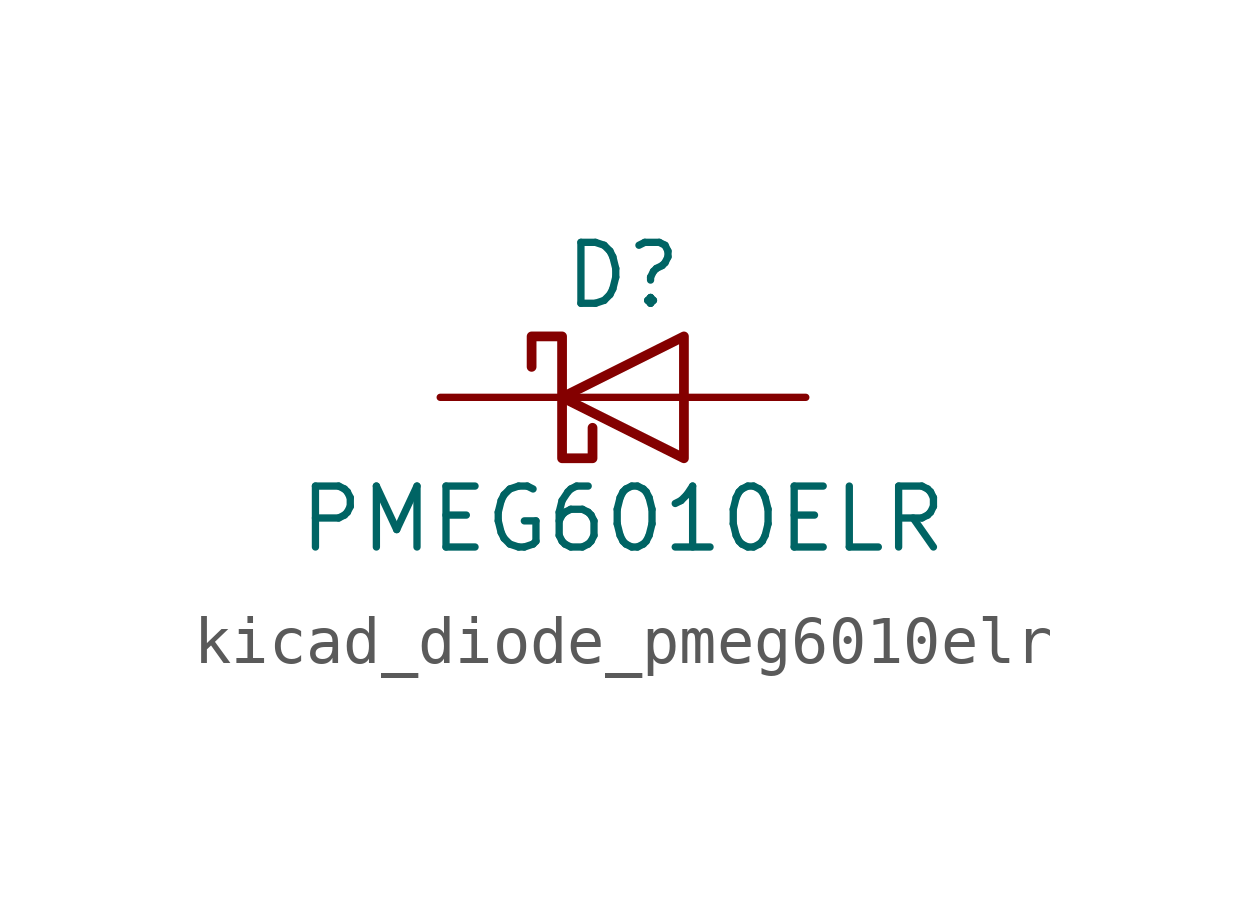
<source format=kicad_sym>
(kicad_symbol_lib
  (version 20220914)
  (generator kicad_symbol_editor)
  (symbol "kicad_diode_pmeg6010elr"
    (pin_numbers hide)
    (pin_names hide)
    (property "Reference" "D"
      (at 0 2.54 0)
      (effects (font (size 1.27 1.27))))
    (property "Value" "PMEG6010ELR"
      (at 0 -2.54 0)
      (effects (font (size 1.27 1.27))))
    (symbol "kicad_diode_pmeg6010elr_0_1"
      (polyline (pts (xy 1.27 0) (xy -1.27 0)) (stroke (width 0) (type default)) (fill (type none)))
      (polyline (pts (xy 1.27 1.27) (xy 1.27 -1.27) (xy -1.27 0) (xy 1.27 1.27)) (stroke (width 0.203) (type default)) (fill (type none)))
      (polyline (pts (xy -1.905 0.635) (xy -1.905 1.27) (xy -1.27 1.27) (xy -1.27 -1.27) (xy -0.635 -1.27) (xy -0.635 -0.635)) (stroke (width 0.203) (type default)) (fill (type none))))
    (symbol "kicad_diode_pmeg6010elr_1_1"
      (pin passive line (at -3.81 0 0) (length 2.54) (name "K" (effects (font (size 1.27 1.27)))) (number "1" (effects (font (size 1.27 1.27)))))
      (pin passive line (at 3.81 0 180) (length 2.54) (name "A" (effects (font (size 1.27 1.27)))) (number "2" (effects (font (size 1.27 1.27))))))))
</source>
